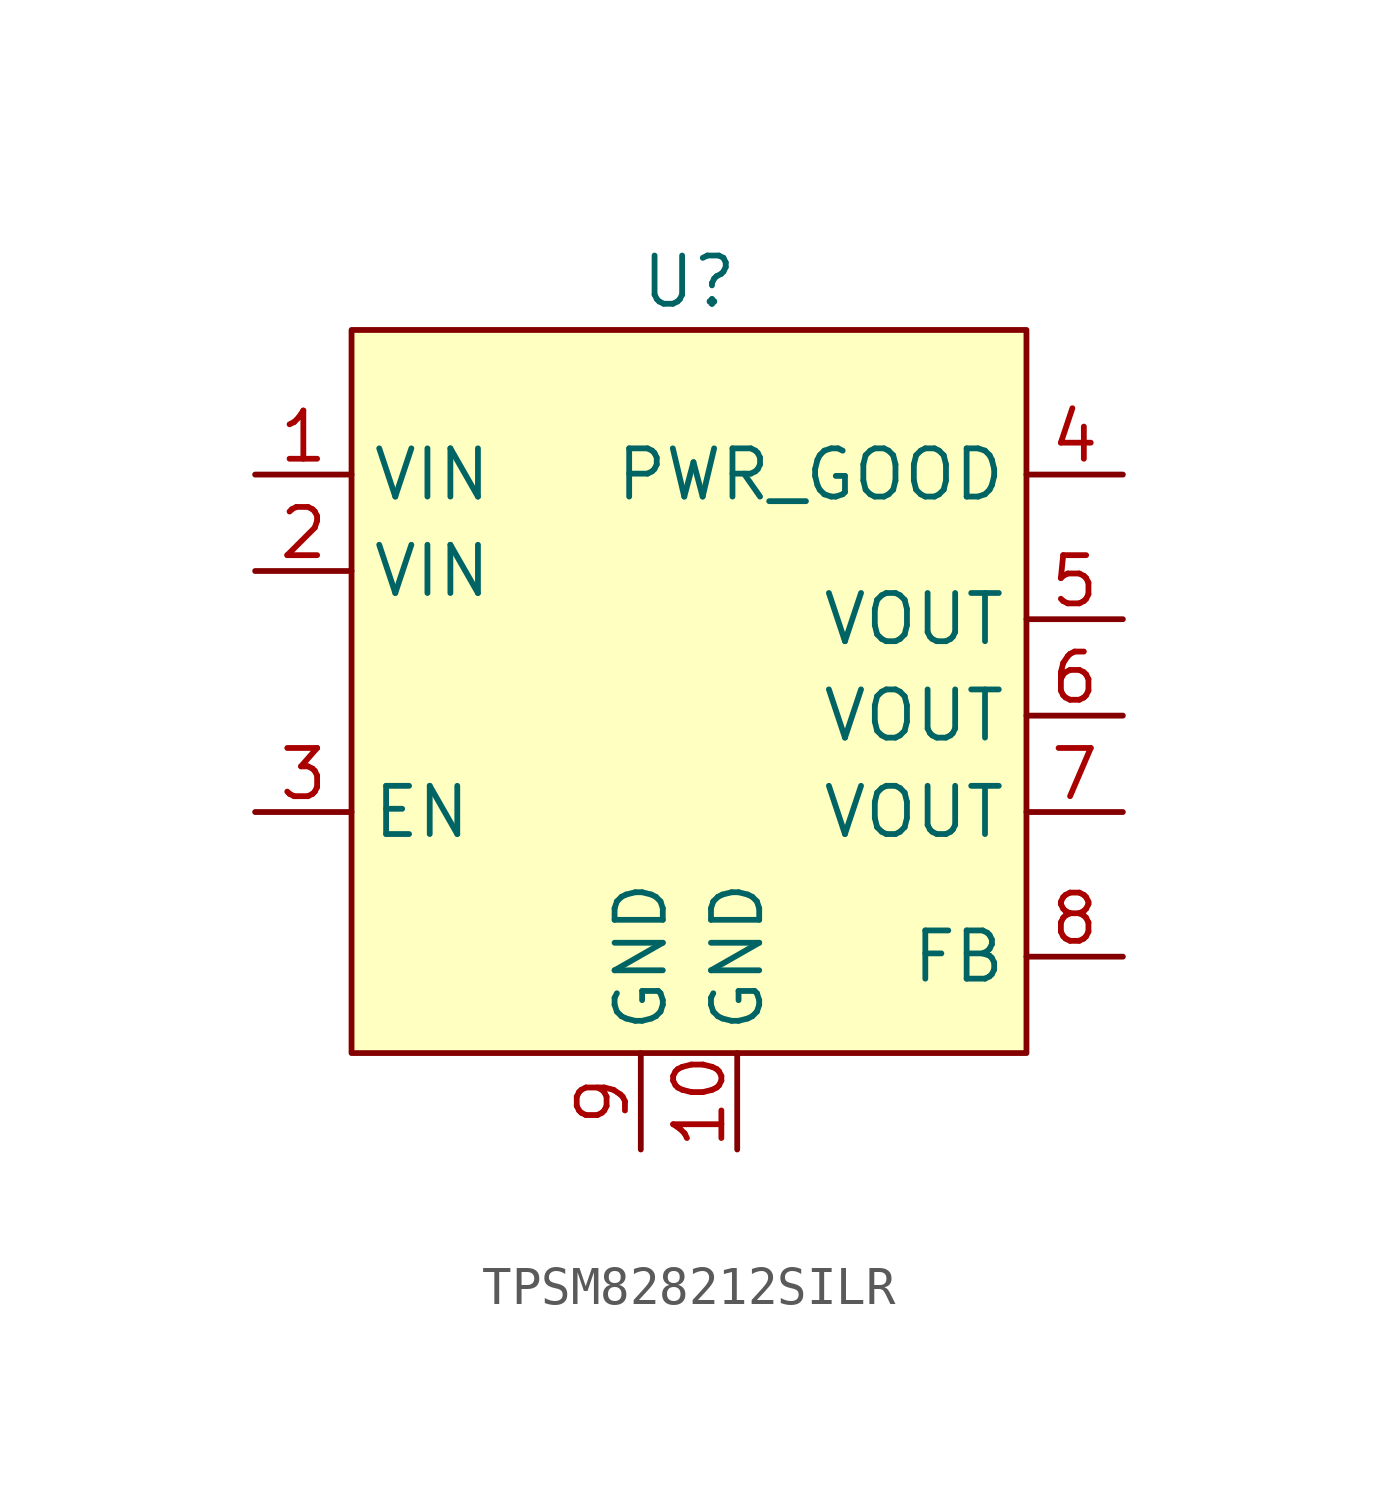
<source format=kicad_sym>
(kicad_symbol_lib
  (version 20231120)
  (generator "kicad_symbol_editor")
  (generator_version "8.0")
  (symbol "TPSM828212SILR"
    (property "Reference" "U"
      (at 0 6.35 0)
      (effects (font (size 1.27 1.27))))
    (symbol "TPSM828212SILR_0_0"
      (pin power_in line (at -11.43 1.27 0) (length 2.54) (name "VIN" (effects (font (size 1.27 1.27)))) (number "1" (effects (font (size 1.27 1.27)))))
      (pin bidirectional line (at 1.27 -16.51 90) (length 2.54) (name "GND" (effects (font (size 1.27 1.27)))) (number "10" (effects (font (size 1.27 1.27)))))
      (pin power_in line (at -11.43 -1.27 0) (length 2.54) (name "VIN" (effects (font (size 1.27 1.27)))) (number "2" (effects (font (size 1.27 1.27)))))
      (pin input line (at -11.43 -7.62 0) (length 2.54) (name "EN" (effects (font (size 1.27 1.27)))) (number "3" (effects (font (size 1.27 1.27)))))
      (pin power_out line (at 11.43 -2.54 180) (length 2.54) (name "VOUT" (effects (font (size 1.27 1.27)))) (number "5" (effects (font (size 1.27 1.27)))))
      (pin power_out line (at 11.43 -5.08 180) (length 2.54) (name "VOUT" (effects (font (size 1.27 1.27)))) (number "6" (effects (font (size 1.27 1.27)))))
      (pin power_out line (at 11.43 -7.62 180) (length 2.54) (name "VOUT" (effects (font (size 1.27 1.27)))) (number "7" (effects (font (size 1.27 1.27)))))
      (pin input line (at 11.43 -11.43 180) (length 2.54) (name "FB" (effects (font (size 1.27 1.27)))) (number "8" (effects (font (size 1.27 1.27)))))
      (pin bidirectional line (at -1.27 -16.51 90) (length 2.54) (name "GND" (effects (font (size 1.27 1.27)))) (number "9" (effects (font (size 1.27 1.27))))))
    (symbol "TPSM828212SILR_1_0"
      (pin open_collector line (at 11.43 1.27 180) (length 2.54) (name "PWR_GOOD" (effects (font (size 1.27 1.27)))) (number "4" (effects (font (size 1.27 1.27))))))
    (symbol "TPSM828212SILR_1_1"
      (rectangle (start -8.89 5.08) (end 8.89 -13.97) (stroke (width 0) (type default)) (fill (type background))))))
</source>
